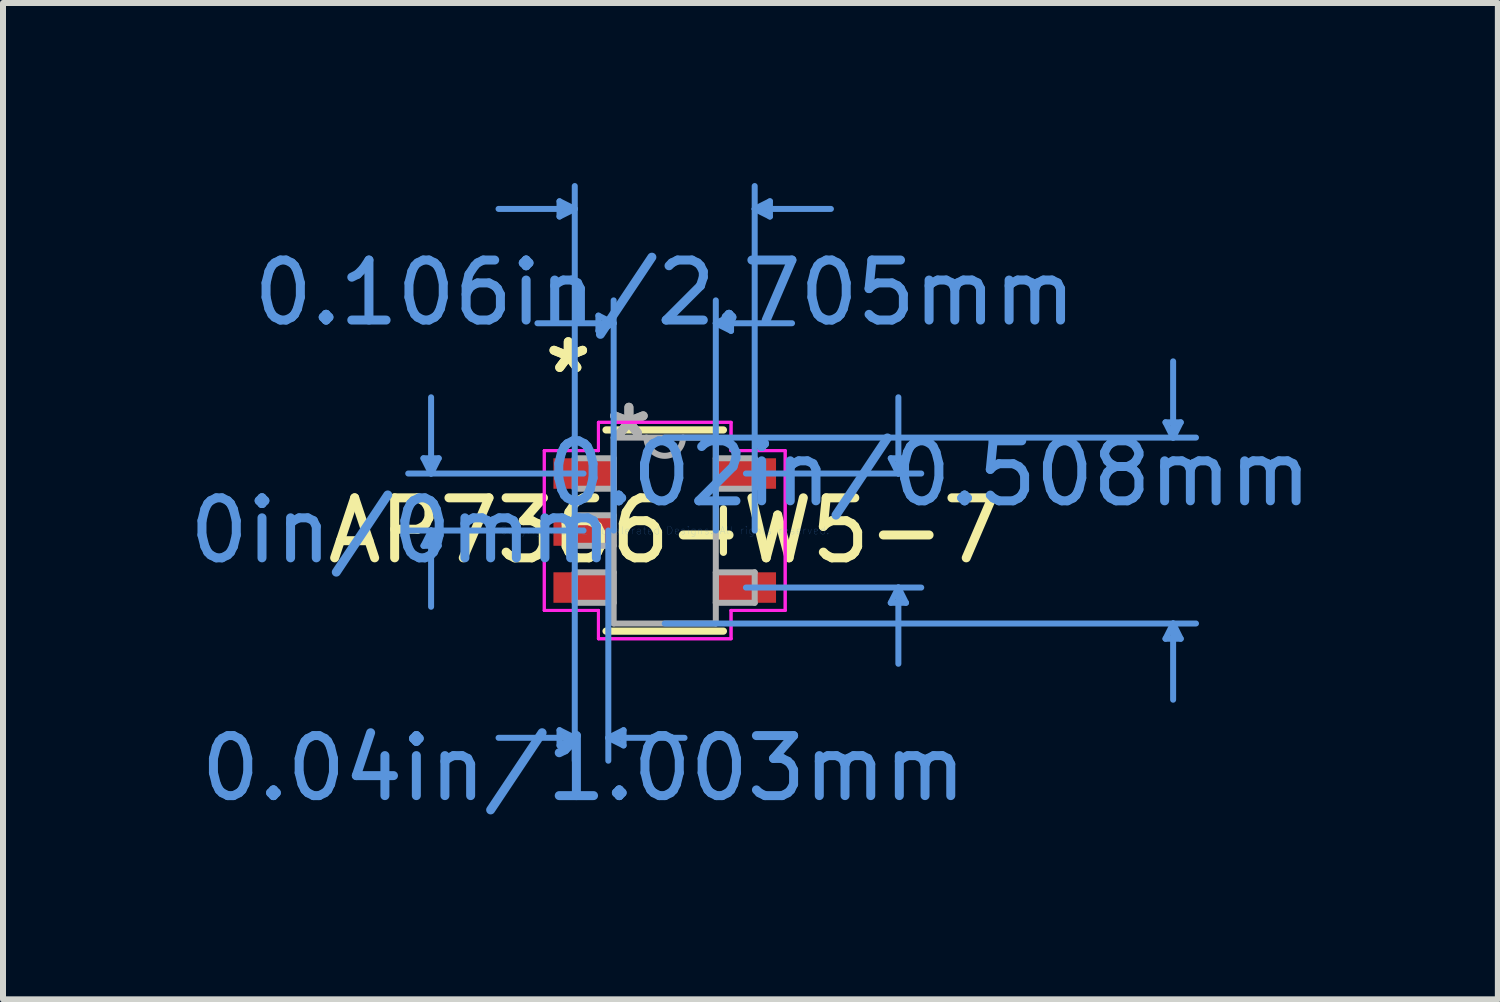
<source format=kicad_pcb>
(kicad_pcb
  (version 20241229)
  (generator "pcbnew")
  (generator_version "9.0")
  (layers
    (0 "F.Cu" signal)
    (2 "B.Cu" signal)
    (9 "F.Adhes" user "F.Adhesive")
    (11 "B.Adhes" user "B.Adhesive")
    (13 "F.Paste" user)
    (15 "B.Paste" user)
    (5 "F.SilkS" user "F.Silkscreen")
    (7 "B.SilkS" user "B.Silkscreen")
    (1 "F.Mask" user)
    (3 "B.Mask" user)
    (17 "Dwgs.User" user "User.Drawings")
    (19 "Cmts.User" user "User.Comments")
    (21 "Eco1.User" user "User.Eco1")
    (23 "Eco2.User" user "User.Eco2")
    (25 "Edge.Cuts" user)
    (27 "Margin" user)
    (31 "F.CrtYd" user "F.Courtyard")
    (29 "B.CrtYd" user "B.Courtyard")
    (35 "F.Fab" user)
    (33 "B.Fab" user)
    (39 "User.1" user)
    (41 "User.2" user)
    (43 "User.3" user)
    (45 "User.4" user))
  (footprint "AP7366-W5-7"
    (layer "F.Cu")
    (at 8.026 5.79)
    (property "Reference" "AP7366-W5-7" (at 0 0 0) (layer "F.SilkS") (effects (font (size 1 1) (thickness 0.15))))
    (attr through_hole)
    (fp_line (start -0.978 1.676) (end 0.978 1.676) (stroke (width 0.12) (type solid)) (layer "F.SilkS"))
    (fp_line (start 0.978 -1.676) (end -0.978 -1.676) (stroke (width 0.12) (type solid)) (layer "F.SilkS"))
    (fp_line (start 0.978 0.363) (end 0.978 -0.363) (stroke (width 0.12) (type solid)) (layer "F.SilkS"))
    (fp_line (start -4.02 -1.204) (end -3.766 -1.204) (stroke (width 0.1) (type solid)) (layer "Cmts.User"))
    (fp_line (start -4.02 0.254) (end -3.766 0.254) (stroke (width 0.1) (type solid)) (layer "Cmts.User"))
    (fp_line (start -3.893 -0.95) (end -4.02 -1.204) (stroke (width 0.1) (type solid)) (layer "Cmts.User"))
    (fp_line (start -3.893 -0.95) (end -3.893 -2.22) (stroke (width 0.1) (type solid)) (layer "Cmts.User"))
    (fp_line (start -3.893 -0.95) (end -3.766 -1.204) (stroke (width 0.1) (type solid)) (layer "Cmts.User"))
    (fp_line (start -3.893 0) (end -4.02 0.254) (stroke (width 0.1) (type solid)) (layer "Cmts.User"))
    (fp_line (start -3.893 0) (end -3.893 1.27) (stroke (width 0.1) (type solid)) (layer "Cmts.User"))
    (fp_line (start -3.893 0) (end -3.766 0.254) (stroke (width 0.1) (type solid)) (layer "Cmts.User"))
    (fp_line (start -1.753 -5.486) (end -1.753 -5.232) (stroke (width 0.1) (type solid)) (layer "Cmts.User"))
    (fp_line (start -1.753 3.327) (end -1.753 3.581) (stroke (width 0.1) (type solid)) (layer "Cmts.User"))
    (fp_line (start -1.499 -5.359) (end -2.769 -5.359) (stroke (width 0.1) (type solid)) (layer "Cmts.User"))
    (fp_line (start -1.499 -5.359) (end -1.753 -5.486) (stroke (width 0.1) (type solid)) (layer "Cmts.User"))
    (fp_line (start -1.499 -5.359) (end -1.753 -5.232) (stroke (width 0.1) (type solid)) (layer "Cmts.User"))
    (fp_line (start -1.499 0) (end -1.499 -5.74) (stroke (width 0.1) (type solid)) (layer "Cmts.User"))
    (fp_line (start -1.499 0) (end -1.499 3.835) (stroke (width 0.1) (type solid)) (layer "Cmts.User"))
    (fp_line (start -1.499 3.454) (end -2.769 3.454) (stroke (width 0.1) (type solid)) (layer "Cmts.User"))
    (fp_line (start -1.499 3.454) (end -1.753 3.327) (stroke (width 0.1) (type solid)) (layer "Cmts.User"))
    (fp_line (start -1.499 3.454) (end -1.753 3.581) (stroke (width 0.1) (type solid)) (layer "Cmts.User"))
    (fp_line (start -1.353 -0.95) (end -4.274 -0.95) (stroke (width 0.1) (type solid)) (layer "Cmts.User"))
    (fp_line (start -1.353 0) (end -4.274 0) (stroke (width 0.1) (type solid)) (layer "Cmts.User"))
    (fp_line (start -1.105 -3.581) (end -1.105 -3.327) (stroke (width 0.1) (type solid)) (layer "Cmts.User"))
    (fp_line (start -0.94 0) (end -0.94 3.835) (stroke (width 0.1) (type solid)) (layer "Cmts.User"))
    (fp_line (start -0.94 3.454) (end -0.686 3.327) (stroke (width 0.1) (type solid)) (layer "Cmts.User"))
    (fp_line (start -0.94 3.454) (end -0.686 3.581) (stroke (width 0.1) (type solid)) (layer "Cmts.User"))
    (fp_line (start -0.94 3.454) (end 0.33 3.454) (stroke (width 0.1) (type solid)) (layer "Cmts.User"))
    (fp_line (start -0.851 -3.454) (end -2.121 -3.454) (stroke (width 0.1) (type solid)) (layer "Cmts.User"))
    (fp_line (start -0.851 -3.454) (end -1.105 -3.581) (stroke (width 0.1) (type solid)) (layer "Cmts.User"))
    (fp_line (start -0.851 -3.454) (end -1.105 -3.327) (stroke (width 0.1) (type solid)) (layer "Cmts.User"))
    (fp_line (start -0.851 0) (end -0.851 -3.835) (stroke (width 0.1) (type solid)) (layer "Cmts.User"))
    (fp_line (start -0.686 3.327) (end -0.686 3.581) (stroke (width 0.1) (type solid)) (layer "Cmts.User"))
    (fp_line (start 0 -1.549) (end 8.852 -1.549) (stroke (width 0.1) (type solid)) (layer "Cmts.User"))
    (fp_line (start 0 1.549) (end 8.852 1.549) (stroke (width 0.1) (type solid)) (layer "Cmts.User"))
    (fp_line (start 0.851 -3.454) (end 1.105 -3.581) (stroke (width 0.1) (type solid)) (layer "Cmts.User"))
    (fp_line (start 0.851 -3.454) (end 1.105 -3.327) (stroke (width 0.1) (type solid)) (layer "Cmts.User"))
    (fp_line (start 0.851 -3.454) (end 2.121 -3.454) (stroke (width 0.1) (type solid)) (layer "Cmts.User"))
    (fp_line (start 0.851 0) (end 0.851 -3.835) (stroke (width 0.1) (type solid)) (layer "Cmts.User"))
    (fp_line (start 1.105 -3.581) (end 1.105 -3.327) (stroke (width 0.1) (type solid)) (layer "Cmts.User"))
    (fp_line (start 1.353 -0.95) (end 4.274 -0.95) (stroke (width 0.1) (type solid)) (layer "Cmts.User"))
    (fp_line (start 1.353 0.95) (end 4.274 0.95) (stroke (width 0.1) (type solid)) (layer "Cmts.User"))
    (fp_line (start 1.499 -5.359) (end 1.753 -5.486) (stroke (width 0.1) (type solid)) (layer "Cmts.User"))
    (fp_line (start 1.499 -5.359) (end 1.753 -5.232) (stroke (width 0.1) (type solid)) (layer "Cmts.User"))
    (fp_line (start 1.499 -5.359) (end 2.769 -5.359) (stroke (width 0.1) (type solid)) (layer "Cmts.User"))
    (fp_line (start 1.499 0) (end 1.499 -5.74) (stroke (width 0.1) (type solid)) (layer "Cmts.User"))
    (fp_line (start 1.753 -5.486) (end 1.753 -5.232) (stroke (width 0.1) (type solid)) (layer "Cmts.User"))
    (fp_line (start 3.766 -1.204) (end 4.02 -1.204) (stroke (width 0.1) (type solid)) (layer "Cmts.User"))
    (fp_line (start 3.766 1.204) (end 4.02 1.204) (stroke (width 0.1) (type solid)) (layer "Cmts.User"))
    (fp_line (start 3.893 -0.95) (end 3.766 -1.204) (stroke (width 0.1) (type solid)) (layer "Cmts.User"))
    (fp_line (start 3.893 -0.95) (end 3.893 -2.22) (stroke (width 0.1) (type solid)) (layer "Cmts.User"))
    (fp_line (start 3.893 -0.95) (end 4.02 -1.204) (stroke (width 0.1) (type solid)) (layer "Cmts.User"))
    (fp_line (start 3.893 0.95) (end 3.766 1.204) (stroke (width 0.1) (type solid)) (layer "Cmts.User"))
    (fp_line (start 3.893 0.95) (end 3.893 2.22) (stroke (width 0.1) (type solid)) (layer "Cmts.User"))
    (fp_line (start 3.893 0.95) (end 4.02 1.204) (stroke (width 0.1) (type solid)) (layer "Cmts.User"))
    (fp_line (start 8.344 -1.803) (end 8.598 -1.803) (stroke (width 0.1) (type solid)) (layer "Cmts.User"))
    (fp_line (start 8.344 1.803) (end 8.598 1.803) (stroke (width 0.1) (type solid)) (layer "Cmts.User"))
    (fp_line (start 8.471 -1.549) (end 8.344 -1.803) (stroke (width 0.1) (type solid)) (layer "Cmts.User"))
    (fp_line (start 8.471 -1.549) (end 8.471 -2.819) (stroke (width 0.1) (type solid)) (layer "Cmts.User"))
    (fp_line (start 8.471 -1.549) (end 8.598 -1.803) (stroke (width 0.1) (type solid)) (layer "Cmts.User"))
    (fp_line (start 8.471 1.549) (end 8.344 1.803) (stroke (width 0.1) (type solid)) (layer "Cmts.User"))
    (fp_line (start 8.471 1.549) (end 8.471 2.819) (stroke (width 0.1) (type solid)) (layer "Cmts.User"))
    (fp_line (start 8.471 1.549) (end 8.598 1.803) (stroke (width 0.1) (type solid)) (layer "Cmts.User"))
    (fp_line (start -2.007 -1.331) (end -1.105 -1.331) (stroke (width 0.05) (type solid)) (layer "F.CrtYd"))
    (fp_line (start -2.007 -1.331) (end -1.105 -1.331) (stroke (width 0.05) (type solid)) (layer "F.CrtYd"))
    (fp_line (start -2.007 1.331) (end -2.007 -1.331) (stroke (width 0.05) (type solid)) (layer "F.CrtYd"))
    (fp_line (start -2.007 1.331) (end -2.007 -1.331) (stroke (width 0.05) (type solid)) (layer "F.CrtYd"))
    (fp_line (start -1.105 -1.803) (end 1.105 -1.803) (stroke (width 0.05) (type solid)) (layer "F.CrtYd"))
    (fp_line (start -1.105 -1.803) (end 1.105 -1.803) (stroke (width 0.05) (type solid)) (layer "F.CrtYd"))
    (fp_line (start -1.105 -1.331) (end -1.105 -1.803) (stroke (width 0.05) (type solid)) (layer "F.CrtYd"))
    (fp_line (start -1.105 -1.331) (end -1.105 -1.803) (stroke (width 0.05) (type solid)) (layer "F.CrtYd"))
    (fp_line (start -1.105 1.331) (end -2.007 1.331) (stroke (width 0.05) (type solid)) (layer "F.CrtYd"))
    (fp_line (start -1.105 1.331) (end -2.007 1.331) (stroke (width 0.05) (type solid)) (layer "F.CrtYd"))
    (fp_line (start -1.105 1.803) (end -1.105 1.331) (stroke (width 0.05) (type solid)) (layer "F.CrtYd"))
    (fp_line (start -1.105 1.803) (end -1.105 1.331) (stroke (width 0.05) (type solid)) (layer "F.CrtYd"))
    (fp_line (start 1.105 -1.803) (end 1.105 -1.331) (stroke (width 0.05) (type solid)) (layer "F.CrtYd"))
    (fp_line (start 1.105 -1.803) (end 1.105 -1.331) (stroke (width 0.05) (type solid)) (layer "F.CrtYd"))
    (fp_line (start 1.105 -1.331) (end 2.007 -1.331) (stroke (width 0.05) (type solid)) (layer "F.CrtYd"))
    (fp_line (start 1.105 -1.331) (end 2.007 -1.331) (stroke (width 0.05) (type solid)) (layer "F.CrtYd"))
    (fp_line (start 1.105 1.331) (end 1.105 1.803) (stroke (width 0.05) (type solid)) (layer "F.CrtYd"))
    (fp_line (start 1.105 1.331) (end 1.105 1.803) (stroke (width 0.05) (type solid)) (layer "F.CrtYd"))
    (fp_line (start 1.105 1.803) (end -1.105 1.803) (stroke (width 0.05) (type solid)) (layer "F.CrtYd"))
    (fp_line (start 1.105 1.803) (end -1.105 1.803) (stroke (width 0.05) (type solid)) (layer "F.CrtYd"))
    (fp_line (start 2.007 -1.331) (end 2.007 1.331) (stroke (width 0.05) (type solid)) (layer "F.CrtYd"))
    (fp_line (start 2.007 -1.331) (end 2.007 1.331) (stroke (width 0.05) (type solid)) (layer "F.CrtYd"))
    (fp_line (start 2.007 1.331) (end 1.105 1.331) (stroke (width 0.05) (type solid)) (layer "F.CrtYd"))
    (fp_line (start 2.007 1.331) (end 1.105 1.331) (stroke (width 0.05) (type solid)) (layer "F.CrtYd"))
    (fp_line (start -1.499 -1.204) (end -1.499 -0.696) (stroke (width 0.1) (type solid)) (layer "F.Fab"))
    (fp_line (start -1.499 -0.696) (end -0.851 -0.696) (stroke (width 0.1) (type solid)) (layer "F.Fab"))
    (fp_line (start -1.499 -0.254) (end -1.499 0.254) (stroke (width 0.1) (type solid)) (layer "F.Fab"))
    (fp_line (start -1.499 0.254) (end -0.851 0.254) (stroke (width 0.1) (type solid)) (layer "F.Fab"))
    (fp_line (start -1.499 0.696) (end -1.499 1.204) (stroke (width 0.1) (type solid)) (layer "F.Fab"))
    (fp_line (start -1.499 1.204) (end -0.851 1.204) (stroke (width 0.1) (type solid)) (layer "F.Fab"))
    (fp_line (start -0.851 -1.549) (end -0.851 1.549) (stroke (width 0.1) (type solid)) (layer "F.Fab"))
    (fp_line (start -0.851 -1.204) (end -1.499 -1.204) (stroke (width 0.1) (type solid)) (layer "F.Fab"))
    (fp_line (start -0.851 -0.696) (end -0.851 -1.204) (stroke (width 0.1) (type solid)) (layer "F.Fab"))
    (fp_line (start -0.851 -0.254) (end -1.499 -0.254) (stroke (width 0.1) (type solid)) (layer "F.Fab"))
    (fp_line (start -0.851 0.254) (end -0.851 -0.254) (stroke (width 0.1) (type solid)) (layer "F.Fab"))
    (fp_line (start -0.851 0.696) (end -1.499 0.696) (stroke (width 0.1) (type solid)) (layer "F.Fab"))
    (fp_line (start -0.851 1.204) (end -0.851 0.696) (stroke (width 0.1) (type solid)) (layer "F.Fab"))
    (fp_line (start -0.851 1.549) (end 0.851 1.549) (stroke (width 0.1) (type solid)) (layer "F.Fab"))
    (fp_line (start 0.851 -1.549) (end -0.851 -1.549) (stroke (width 0.1) (type solid)) (layer "F.Fab"))
    (fp_line (start 0.851 -1.204) (end 0.851 -0.696) (stroke (width 0.1) (type solid)) (layer "F.Fab"))
    (fp_line (start 0.851 -0.696) (end 1.499 -0.696) (stroke (width 0.1) (type solid)) (layer "F.Fab"))
    (fp_line (start 0.851 0.696) (end 0.851 1.204) (stroke (width 0.1) (type solid)) (layer "F.Fab"))
    (fp_line (start 0.851 1.204) (end 1.499 1.204) (stroke (width 0.1) (type solid)) (layer "F.Fab"))
    (fp_line (start 0.851 1.549) (end 0.851 -1.549) (stroke (width 0.1) (type solid)) (layer "F.Fab"))
    (fp_line (start 1.499 -1.204) (end 0.851 -1.204) (stroke (width 0.1) (type solid)) (layer "F.Fab"))
    (fp_line (start 1.499 -0.696) (end 1.499 -1.204) (stroke (width 0.1) (type solid)) (layer "F.Fab"))
    (fp_line (start 1.499 0.696) (end 0.851 0.696) (stroke (width 0.1) (type solid)) (layer "F.Fab"))
    (fp_line (start 1.499 1.204) (end 1.499 0.696) (stroke (width 0.1) (type solid)) (layer "F.Fab"))
    (fp_arc (start 0.3048 -1.5494) (mid 0 -1.2446) (end -0.3048 -1.5494) (stroke (width 0.1) (type solid)) (layer "F.Fab"))
    (fp_text user "*" (at -1.607 -2.601 0) (layer "F.SilkS") (effects (font (size 1 1) (thickness 0.15))))
    (fp_text user "*" (at -1.607 -2.601 0) (layer "F.SilkS") (effects (font (size 1 1) (thickness 0.15))))
    (fp_text user "0.106in/2.705mm" (at 0 -3.962 0) (layer "Cmts.User") (effects (font (size 1 1) (thickness 0.15))))
    (fp_text user "0.02in/0.508mm" (at 4.401 -0.95 0) (layer "Cmts.User") (effects (font (size 1 1) (thickness 0.15))))
    (fp_text user "0.04in/1.003mm" (at -1.353 3.962 0) (layer "Cmts.User") (effects (font (size 1 1) (thickness 0.15))))
    (fp_text user "0in/0mm" (at -4.401 0 0) (layer "Cmts.User") (effects (font (size 1 1) (thickness 0.15))))
    (fp_text user "Copyright 2021 Accelerated Designs. All rights reserved." (at 0 0 0) (layer "Cmts.User") (effects (font (size 0.127 0.127) (thickness 0.002))))
    (fp_text user "*" (at -0.597 -1.509 0) (layer "F.Fab") (effects (font (size 1 1) (thickness 0.15))))
    (fp_text user "*" (at -0.597 -1.509 0) (layer "F.Fab") (effects (font (size 1 1) (thickness 0.15))))
    (pad "1" smd rect (at -1.353 -0.95) (size 1.003 0.508) (layers "F.Cu" "F.Mask" "F.Paste"))
    (pad "2" smd rect (at -1.353 0) (size 1.003 0.508) (layers "F.Cu" "F.Mask" "F.Paste"))
    (pad "3" smd rect (at -1.353 0.95) (size 1.003 0.508) (layers "F.Cu" "F.Mask" "F.Paste"))
    (pad "4" smd rect (at 1.353 0.95) (size 1.003 0.508) (layers "F.Cu" "F.Mask" "F.Paste"))
    (pad "5" smd rect (at 1.353 -0.95) (size 1.003 0.508) (layers "F.Cu" "F.Mask" "F.Paste")))
  (gr_rect
    (start -3 -3)
    (end 21.908 13.601)
    (stroke (width 0.1) (type default))
    (fill no)
    (layer "Edge.Cuts")))
</source>
